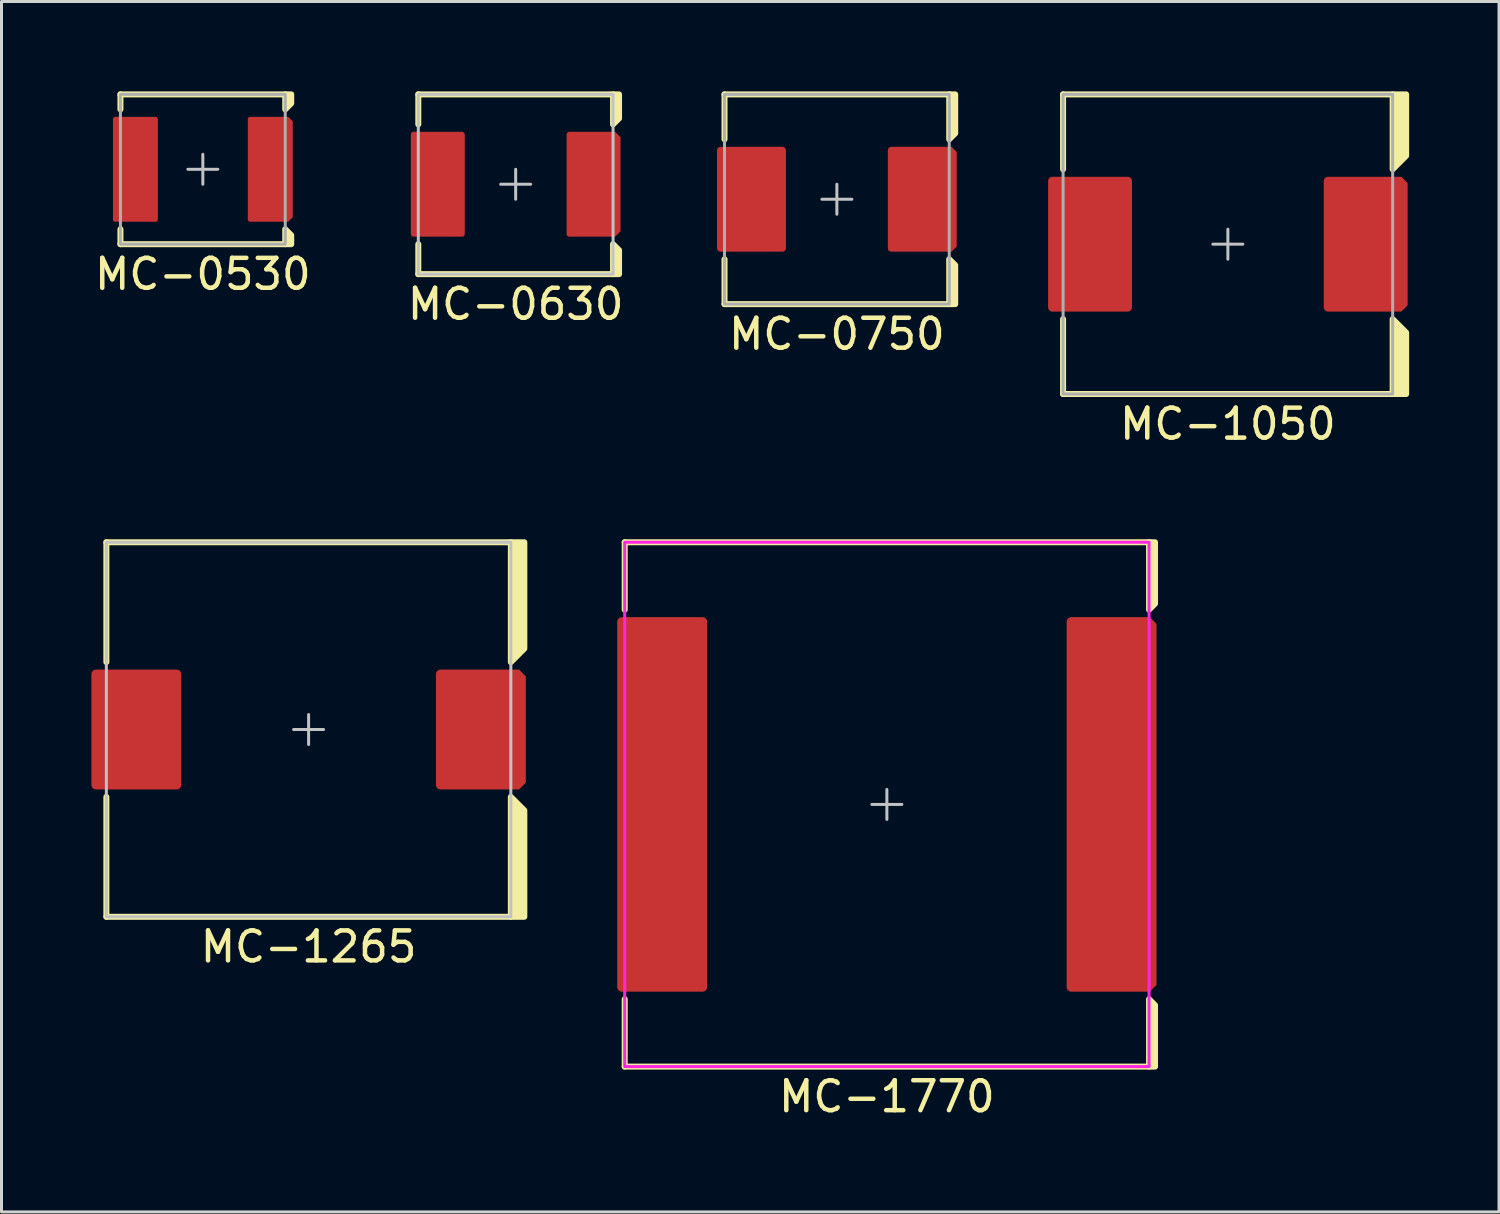
<source format=kicad_pcb>
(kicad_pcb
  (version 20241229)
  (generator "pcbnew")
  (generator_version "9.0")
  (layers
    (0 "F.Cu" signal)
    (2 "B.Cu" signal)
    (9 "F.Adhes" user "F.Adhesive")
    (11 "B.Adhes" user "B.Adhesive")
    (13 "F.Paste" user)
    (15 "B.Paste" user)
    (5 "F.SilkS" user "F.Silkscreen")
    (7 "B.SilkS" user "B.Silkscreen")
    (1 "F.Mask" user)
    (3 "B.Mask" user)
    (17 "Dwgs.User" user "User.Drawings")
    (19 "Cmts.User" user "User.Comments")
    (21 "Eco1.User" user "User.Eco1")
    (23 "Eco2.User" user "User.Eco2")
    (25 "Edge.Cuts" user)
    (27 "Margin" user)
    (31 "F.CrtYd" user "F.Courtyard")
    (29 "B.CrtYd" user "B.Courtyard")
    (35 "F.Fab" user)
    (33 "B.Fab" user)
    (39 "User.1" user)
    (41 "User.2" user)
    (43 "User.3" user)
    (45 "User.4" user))
  (footprint "MC-1770"
    (layer "F.Cu")
    (at 26.55 23.798)
    (property "Reference" "MC-1770" (at 0 9.75 0) (unlocked yes) (layer "F.SilkS") (effects (font (size 1 1) (thickness 0.15))))
    (attr smd)
    (fp_line (start -8.75 -8.75) (end 8.75 -8.75) (stroke (width 0.2) (type solid)) (layer "F.SilkS"))
    (fp_line (start -8.75 -6.5) (end -8.75 -8.75) (stroke (width 0.2) (type solid)) (layer "F.SilkS"))
    (fp_line (start -8.75 8.75) (end -8.75 6.5) (stroke (width 0.2) (type solid)) (layer "F.SilkS"))
    (fp_line (start 8.75 8.75) (end -8.75 8.75) (stroke (width 0.2) (type solid)) (layer "F.SilkS"))
    (fp_poly (pts (xy 8.75 -6.5) (xy 8.95 -6.7) (xy 8.95 -8.75) (xy 8.75 -8.75)) (stroke (width 0.2) (type solid)) (fill yes) (layer "F.SilkS"))
    (fp_poly (pts (xy 8.75 6.5) (xy 8.95 6.7) (xy 8.95 8.75) (xy 8.75 8.75)) (stroke (width 0.2) (type solid)) (fill yes) (layer "F.SilkS"))
    (fp_poly (pts (xy -8.85 4.35) (xy -7.6 4.35) (xy -7.6 6.1) (xy -8.85 6.1)) (stroke (width 0) (type solid)) (fill yes) (layer "F.Paste"))
    (fp_poly (pts (xy -8.85 -6.1) (xy -7.6 -6.1) (xy -7.6 -4.35) (xy -8.85 -4.35)) (stroke (width 0) (type solid)) (fill yes) (layer "F.Paste"))
    (fp_poly (pts (xy -8.85 -4.15) (xy -7.6 -4.15) (xy -7.6 -2.4) (xy -8.85 -2.4)) (stroke (width 0) (type solid)) (fill yes) (layer "F.Paste"))
    (fp_poly (pts (xy -8.85 -2.2) (xy -7.6 -2.2) (xy -7.6 -0.15) (xy -8.85 -0.15)) (stroke (width 0) (type solid)) (fill yes) (layer "F.Paste"))
    (fp_poly (pts (xy -8.85 0.15) (xy -7.6 0.15) (xy -7.6 2.2) (xy -8.85 2.2)) (stroke (width 0) (type solid)) (fill yes) (layer "F.Paste"))
    (fp_poly (pts (xy -8.85 2.4) (xy -7.6 2.4) (xy -7.6 4.15) (xy -8.85 4.15)) (stroke (width 0) (type solid)) (fill yes) (layer "F.Paste"))
    (fp_poly (pts (xy -7.4 -6.1) (xy -6.15 -6.1) (xy -6.15 -4.35) (xy -7.4 -4.35)) (stroke (width 0) (type solid)) (fill yes) (layer "F.Paste"))
    (fp_poly (pts (xy -7.4 -4.15) (xy -6.15 -4.15) (xy -6.15 -2.4) (xy -7.4 -2.4)) (stroke (width 0) (type solid)) (fill yes) (layer "F.Paste"))
    (fp_poly (pts (xy -7.4 -2.2) (xy -6.15 -2.2) (xy -6.15 -0.15) (xy -7.4 -0.15)) (stroke (width 0) (type solid)) (fill yes) (layer "F.Paste"))
    (fp_poly (pts (xy -7.4 0.15) (xy -6.15 0.15) (xy -6.15 2.2) (xy -7.4 2.2)) (stroke (width 0) (type solid)) (fill yes) (layer "F.Paste"))
    (fp_poly (pts (xy -7.4 2.4) (xy -6.15 2.4) (xy -6.15 4.15) (xy -7.4 4.15)) (stroke (width 0) (type solid)) (fill yes) (layer "F.Paste"))
    (fp_poly (pts (xy -7.4 4.35) (xy -6.15 4.35) (xy -6.15 6.1) (xy -7.4 6.1)) (stroke (width 0) (type solid)) (fill yes) (layer "F.Paste"))
    (fp_poly (pts (xy 6.15 -6.1) (xy 7.4 -6.1) (xy 7.4 -4.35) (xy 6.15 -4.35)) (stroke (width 0) (type solid)) (fill yes) (layer "F.Paste"))
    (fp_poly (pts (xy 6.15 -4.15) (xy 7.4 -4.15) (xy 7.4 -2.4) (xy 6.15 -2.4)) (stroke (width 0) (type solid)) (fill yes) (layer "F.Paste"))
    (fp_poly (pts (xy 6.15 -2.2) (xy 7.4 -2.2) (xy 7.4 -0.15) (xy 6.15 -0.15)) (stroke (width 0) (type solid)) (fill yes) (layer "F.Paste"))
    (fp_poly (pts (xy 6.15 0.15) (xy 7.4 0.15) (xy 7.4 2.2) (xy 6.15 2.2)) (stroke (width 0) (type solid)) (fill yes) (layer "F.Paste"))
    (fp_poly (pts (xy 6.15 2.4) (xy 7.4 2.4) (xy 7.4 4.15) (xy 6.15 4.15)) (stroke (width 0) (type solid)) (fill yes) (layer "F.Paste"))
    (fp_poly (pts (xy 6.15 4.35) (xy 7.4 4.35) (xy 7.4 6.1) (xy 6.15 6.1)) (stroke (width 0) (type solid)) (fill yes) (layer "F.Paste"))
    (fp_poly (pts (xy 7.6 -4.15) (xy 8.85 -4.15) (xy 8.85 -2.4) (xy 7.6 -2.4)) (stroke (width 0) (type solid)) (fill yes) (layer "F.Paste"))
    (fp_poly (pts (xy 7.6 -2.2) (xy 8.85 -2.2) (xy 8.85 -0.15) (xy 7.6 -0.15)) (stroke (width 0) (type solid)) (fill yes) (layer "F.Paste"))
    (fp_poly (pts (xy 7.6 2.4) (xy 8.85 2.4) (xy 8.85 4.15) (xy 7.6 4.15)) (stroke (width 0) (type solid)) (fill yes) (layer "F.Paste"))
    (fp_poly (pts (xy 7.6 0.15) (xy 8.85 0.15) (xy 8.85 2.2) (xy 7.6 2.2)) (stroke (width 0) (type solid)) (fill yes) (layer "F.Paste"))
    (fp_poly (pts (xy 7.6 -4.35) (xy 8.85 -4.35) (xy 8.85 -6) (xy 8.75 -6.1) (xy 7.6 -6.1)) (stroke (width 0) (type solid)) (fill yes) (layer "F.Paste"))
    (fp_poly (pts (xy 7.6 4.35) (xy 8.85 4.35) (xy 8.85 6) (xy 8.75 6.1) (xy 7.6 6.1)) (stroke (width 0) (type solid)) (fill yes) (layer "F.Paste"))
    (fp_line (start 0 0.5) (end 0 -0.5) (stroke (width 0.1) (type solid)) (layer "Dwgs.User"))
    (fp_line (start 0.5 0) (end -0.5 0) (stroke (width 0.1) (type solid)) (layer "Dwgs.User"))
    (fp_poly (pts (xy 8.75 8.75) (xy -8.75 8.75) (xy -8.75 -8.75) (xy 8.75 -8.75)) (stroke (width 0.1) (type solid)) (fill no) (layer "F.CrtYd"))
    (pad "1" smd roundrect (at 7.5 0 180) (size 3 12.5) (layers "F.Cu" "F.Mask") (roundrect_rratio 0.05) (chamfer_ratio 0.075) (chamfer top_left bottom_left))
    (pad "2" smd roundrect (at -7.5 0 180) (size 3 12.5) (layers "F.Cu" "F.Mask") (roundrect_rratio 0.05)))
  (footprint "MC-0750"
    (layer "F.Cu")
    (at 24.881 3.6)
    (property "Reference" "MC-0750" (at 0 4.5 0) (unlocked yes) (layer "F.SilkS") (effects (font (size 1 1) (thickness 0.15))))
    (attr smd)
    (fp_line (start -3.75 -3.5) (end 3.75 -3.5) (stroke (width 0.2) (type solid)) (layer "F.SilkS"))
    (fp_line (start -3.75 -2) (end -3.75 -3.5) (stroke (width 0.2) (type solid)) (layer "F.SilkS"))
    (fp_line (start -3.75 3.5) (end -3.75 2) (stroke (width 0.2) (type solid)) (layer "F.SilkS"))
    (fp_line (start 3.75 3.5) (end -3.75 3.5) (stroke (width 0.2) (type solid)) (layer "F.SilkS"))
    (fp_poly (pts (xy 3.75 -2) (xy 3.95 -2.2) (xy 3.95 -3.5) (xy 3.75 -3.5)) (stroke (width 0.2) (type solid)) (fill yes) (layer "F.SilkS"))
    (fp_poly (pts (xy 3.75 2) (xy 3.95 2.2) (xy 3.95 3.5) (xy 3.75 3.5)) (stroke (width 0.2) (type solid)) (fill yes) (layer "F.SilkS"))
    (fp_poly (pts (xy -3.85 -1.6) (xy -2.95 -1.6) (xy -2.95 -0.1) (xy -3.85 -0.1)) (stroke (width 0) (type solid)) (fill yes) (layer "F.Paste"))
    (fp_poly (pts (xy -3.85 0.1) (xy -2.95 0.1) (xy -2.95 1.6) (xy -3.85 1.6)) (stroke (width 0) (type solid)) (fill yes) (layer "F.Paste"))
    (fp_poly (pts (xy -2.75 -1.6) (xy -1.85 -1.6) (xy -1.85 -0.1) (xy -2.75 -0.1)) (stroke (width 0) (type solid)) (fill yes) (layer "F.Paste"))
    (fp_poly (pts (xy -2.75 0.1) (xy -1.85 0.1) (xy -1.85 1.6) (xy -2.75 1.6)) (stroke (width 0) (type solid)) (fill yes) (layer "F.Paste"))
    (fp_poly (pts (xy 1.85 -1.6) (xy 2.75 -1.6) (xy 2.75 -0.1) (xy 1.85 -0.1)) (stroke (width 0) (type solid)) (fill yes) (layer "F.Paste"))
    (fp_poly (pts (xy 1.85 0.1) (xy 2.75 0.1) (xy 2.75 1.6) (xy 1.85 1.6)) (stroke (width 0) (type solid)) (fill yes) (layer "F.Paste"))
    (fp_poly (pts (xy 2.95 -0.1) (xy 3.85 -0.1) (xy 3.85 -1.5) (xy 3.75 -1.6) (xy 2.95 -1.6)) (stroke (width 0) (type solid)) (fill yes) (layer "F.Paste"))
    (fp_poly (pts (xy 2.95 0.1) (xy 3.85 0.1) (xy 3.85 1.5) (xy 3.75 1.6) (xy 2.95 1.6)) (stroke (width 0) (type solid)) (fill yes) (layer "F.Paste"))
    (fp_line (start 0 0.5) (end 0 -0.5) (stroke (width 0.1) (type solid)) (layer "Dwgs.User"))
    (fp_line (start 0.5 0) (end -0.5 0) (stroke (width 0.1) (type solid)) (layer "Dwgs.User"))
    (fp_poly (pts (xy 3.75 3.5) (xy -3.75 3.5) (xy -3.75 -3.5) (xy 3.75 -3.5)) (stroke (width 0.1) (type solid)) (fill no) (layer "F.Fab"))
    (pad "1" smd roundrect (at 2.85 0 180) (size 2.3 3.5) (layers "F.Cu" "F.Mask") (roundrect_rratio 0.05) (chamfer_ratio 0.075) (chamfer top_left bottom_left))
    (pad "2" smd roundrect (at -2.85 0 180) (size 2.3 3.5) (layers "F.Cu" "F.Mask") (roundrect_rratio 0.05)))
  (footprint "MC-1050"
    (layer "F.Cu")
    (at 37.931 5.1)
    (property "Reference" "MC-1050" (at 0 6 0) (unlocked yes) (layer "F.SilkS") (effects (font (size 1 1) (thickness 0.15))))
    (attr smd)
    (fp_line (start -5.5 -5) (end 5.5 -5) (stroke (width 0.2) (type solid)) (layer "F.SilkS"))
    (fp_line (start -5.5 -2.5) (end -5.5 -5) (stroke (width 0.2) (type solid)) (layer "F.SilkS"))
    (fp_line (start -5.5 5) (end -5.5 2.5) (stroke (width 0.2) (type solid)) (layer "F.SilkS"))
    (fp_line (start 5.5 5) (end -5.5 5) (stroke (width 0.2) (type solid)) (layer "F.SilkS"))
    (fp_poly (pts (xy 5.5 -2.5) (xy 5.95 -2.95) (xy 5.95 -5) (xy 5.5 -5)) (stroke (width 0.2) (type solid)) (fill yes) (layer "F.SilkS"))
    (fp_poly (pts (xy 5.5 2.5) (xy 5.95 2.95) (xy 5.95 5) (xy 5.5 5)) (stroke (width 0.2) (type solid)) (fill yes) (layer "F.SilkS"))
    (fp_poly (pts (xy -5.85 -2.1) (xy -4.7 -2.1) (xy -4.7 -1.65) (xy -5.85 -1.65)) (stroke (width 0) (type solid)) (fill yes) (layer "F.Paste"))
    (fp_poly (pts (xy -5.85 -1.45) (xy -4.7 -1.45) (xy -4.7 -0.1) (xy -5.85 -0.1)) (stroke (width 0) (type solid)) (fill yes) (layer "F.Paste"))
    (fp_poly (pts (xy -5.85 0.1) (xy -4.7 0.1) (xy -4.7 1.45) (xy -5.85 1.45)) (stroke (width 0) (type solid)) (fill yes) (layer "F.Paste"))
    (fp_poly (pts (xy -5.85 1.65) (xy -4.7 1.65) (xy -4.7 2.1) (xy -5.85 2.1)) (stroke (width 0) (type solid)) (fill yes) (layer "F.Paste"))
    (fp_poly (pts (xy -4.5 -2.1) (xy -3.35 -2.1) (xy -3.35 -1.65) (xy -4.5 -1.65)) (stroke (width 0) (type solid)) (fill yes) (layer "F.Paste"))
    (fp_poly (pts (xy -4.5 -1.45) (xy -3.35 -1.45) (xy -3.35 -0.1) (xy -4.5 -0.1)) (stroke (width 0) (type solid)) (fill yes) (layer "F.Paste"))
    (fp_poly (pts (xy -4.5 0.1) (xy -3.35 0.1) (xy -3.35 1.45) (xy -4.5 1.45)) (stroke (width 0) (type solid)) (fill yes) (layer "F.Paste"))
    (fp_poly (pts (xy -4.5 1.65) (xy -3.35 1.65) (xy -3.35 2.1) (xy -4.5 2.1)) (stroke (width 0) (type solid)) (fill yes) (layer "F.Paste"))
    (fp_poly (pts (xy 3.35 -2.1) (xy 4.5 -2.1) (xy 4.5 -1.65) (xy 3.35 -1.65)) (stroke (width 0) (type solid)) (fill yes) (layer "F.Paste"))
    (fp_poly (pts (xy 3.35 -1.45) (xy 4.5 -1.45) (xy 4.5 -0.1) (xy 3.35 -0.1)) (stroke (width 0) (type solid)) (fill yes) (layer "F.Paste"))
    (fp_poly (pts (xy 3.35 0.1) (xy 4.5 0.1) (xy 4.5 1.45) (xy 3.35 1.45)) (stroke (width 0) (type solid)) (fill yes) (layer "F.Paste"))
    (fp_poly (pts (xy 3.35 1.65) (xy 4.5 1.65) (xy 4.5 2.1) (xy 3.35 2.1)) (stroke (width 0) (type solid)) (fill yes) (layer "F.Paste"))
    (fp_poly (pts (xy 4.7 -1.45) (xy 5.85 -1.45) (xy 5.85 -0.1) (xy 4.7 -0.1)) (stroke (width 0) (type solid)) (fill yes) (layer "F.Paste"))
    (fp_poly (pts (xy 4.7 0.1) (xy 5.85 0.1) (xy 5.85 1.45) (xy 4.7 1.45)) (stroke (width 0) (type solid)) (fill yes) (layer "F.Paste"))
    (fp_poly (pts (xy 4.7 -1.65) (xy 5.85 -1.65) (xy 5.85 -2) (xy 5.75 -2.1) (xy 4.7 -2.1)) (stroke (width 0) (type solid)) (fill yes) (layer "F.Paste"))
    (fp_poly (pts (xy 4.7 1.65) (xy 5.85 1.65) (xy 5.85 2) (xy 5.75 2.1) (xy 4.7 2.1)) (stroke (width 0) (type solid)) (fill yes) (layer "F.Paste"))
    (fp_line (start 0 0.5) (end 0 -0.5) (stroke (width 0.1) (type solid)) (layer "Dwgs.User"))
    (fp_line (start 0.5 0) (end -0.5 0) (stroke (width 0.1) (type solid)) (layer "Dwgs.User"))
    (fp_poly (pts (xy 5.5 5) (xy -5.5 5) (xy -5.5 -5) (xy 5.5 -5)) (stroke (width 0.1) (type solid)) (fill no) (layer "F.Fab"))
    (pad "1" smd roundrect (at 4.6 0 180) (size 2.8 4.5) (layers "F.Cu" "F.Mask") (roundrect_rratio 0.05) (chamfer_ratio 0.075) (chamfer top_left bottom_left))
    (pad "2" smd roundrect (at -4.6 0 180) (size 2.8 4.5) (layers "F.Cu" "F.Mask") (roundrect_rratio 0.05)))
  (footprint "MC-0630"
    (layer "F.Cu")
    (at 14.161 3.1)
    (property "Reference" "MC-0630" (at 0 4 0) (unlocked yes) (layer "F.SilkS") (effects (font (size 1 1) (thickness 0.15))))
    (attr smd)
    (fp_line (start -3.25 -3) (end 3.25 -3) (stroke (width 0.2) (type solid)) (layer "F.SilkS"))
    (fp_line (start -3.25 -2) (end -3.25 -3) (stroke (width 0.2) (type solid)) (layer "F.SilkS"))
    (fp_line (start -3.25 3) (end -3.25 2) (stroke (width 0.2) (type solid)) (layer "F.SilkS"))
    (fp_line (start 3.25 3) (end -3.25 3) (stroke (width 0.2) (type solid)) (layer "F.SilkS"))
    (fp_poly (pts (xy 3.25 -2) (xy 3.45 -2.2) (xy 3.45 -3) (xy 3.25 -3)) (stroke (width 0.2) (type solid)) (fill yes) (layer "F.SilkS"))
    (fp_poly (pts (xy 3.25 2) (xy 3.45 2.2) (xy 3.45 3) (xy 3.25 3)) (stroke (width 0.2) (type solid)) (fill yes) (layer "F.SilkS"))
    (fp_poly (pts (xy -1.85 -0.1) (xy -3.35 -0.1) (xy -3.35 -1.6) (xy -1.85 -1.6)) (stroke (width 0) (type solid)) (fill yes) (layer "F.Paste"))
    (fp_poly (pts (xy -1.85 1.6) (xy -3.35 1.6) (xy -3.35 0.1) (xy -1.85 0.1)) (stroke (width 0) (type solid)) (fill yes) (layer "F.Paste"))
    (fp_poly (pts (xy 1.85 -0.1) (xy 3.35 -0.1) (xy 3.35 -1.5) (xy 3.25 -1.6) (xy 1.85 -1.6)) (stroke (width 0) (type solid)) (fill yes) (layer "F.Paste"))
    (fp_poly (pts (xy 1.85 0.1) (xy 3.35 0.1) (xy 3.35 1.5) (xy 3.25 1.6) (xy 1.85 1.6)) (stroke (width 0) (type solid)) (fill yes) (layer "F.Paste"))
    (fp_line (start 0 0.5) (end 0 -0.5) (stroke (width 0.1) (type solid)) (layer "Dwgs.User"))
    (fp_line (start 0.5 0) (end -0.5 0) (stroke (width 0.1) (type solid)) (layer "Dwgs.User"))
    (fp_poly (pts (xy 3.25 3) (xy -3.25 3) (xy -3.25 -3) (xy 3.25 -3)) (stroke (width 0.1) (type solid)) (fill no) (layer "Dwgs.User"))
    (pad "1" smd roundrect (at 2.6 0 180) (size 1.8 3.5) (layers "F.Cu" "F.Mask") (roundrect_rratio 0.05) (chamfer_ratio 0.1) (chamfer top_left bottom_left))
    (pad "2" smd roundrect (at -2.6 0 180) (size 1.8 3.5) (layers "F.Cu" "F.Mask") (roundrect_rratio 0.05)))
  (footprint "MC-0530"
    (layer "F.Cu")
    (at 3.72 2.6)
    (property "Reference" "MC-0530" (at 0 3.5 0) (unlocked yes) (layer "F.SilkS") (effects (font (size 1 1) (thickness 0.15))))
    (attr smd)
    (fp_line (start -2.75 -2.5) (end 2.75 -2.5) (stroke (width 0.2) (type solid)) (layer "F.SilkS"))
    (fp_line (start -2.75 -2) (end -2.75 -2.5) (stroke (width 0.2) (type solid)) (layer "F.SilkS"))
    (fp_line (start -2.75 2.5) (end -2.75 2) (stroke (width 0.2) (type solid)) (layer "F.SilkS"))
    (fp_line (start 2.75 2.5) (end -2.75 2.5) (stroke (width 0.2) (type solid)) (layer "F.SilkS"))
    (fp_poly (pts (xy 2.75 -2) (xy 2.95 -2.2) (xy 2.95 -2.5) (xy 2.75 -2.5)) (stroke (width 0.2) (type solid)) (fill yes) (layer "F.SilkS"))
    (fp_poly (pts (xy 2.75 2) (xy 2.95 2.2) (xy 2.95 2.5) (xy 2.75 2.5)) (stroke (width 0.2) (type solid)) (fill yes) (layer "F.SilkS"))
    (fp_poly (pts (xy -1.65 -1.3) (xy -2.85 -1.3) (xy -2.85 -1.6) (xy -1.65 -1.6)) (stroke (width 0) (type solid)) (fill yes) (layer "F.Paste"))
    (fp_poly (pts (xy -1.65 -0.1) (xy -2.85 -0.1) (xy -2.85 -1.1) (xy -1.65 -1.1)) (stroke (width 0) (type solid)) (fill yes) (layer "F.Paste"))
    (fp_poly (pts (xy -1.65 1.1) (xy -2.85 1.1) (xy -2.85 0.1) (xy -1.65 0.1)) (stroke (width 0) (type solid)) (fill yes) (layer "F.Paste"))
    (fp_poly (pts (xy -1.65 1.6) (xy -2.85 1.6) (xy -2.85 1.3) (xy -1.65 1.3)) (stroke (width 0) (type solid)) (fill yes) (layer "F.Paste"))
    (fp_poly (pts (xy 2.85 -0.1) (xy 1.65 -0.1) (xy 1.65 -1.1) (xy 2.85 -1.1)) (stroke (width 0) (type solid)) (fill yes) (layer "F.Paste"))
    (fp_poly (pts (xy 2.85 1.1) (xy 1.65 1.1) (xy 1.65 0.1) (xy 2.85 0.1)) (stroke (width 0) (type solid)) (fill yes) (layer "F.Paste"))
    (fp_poly (pts (xy 1.65 -1.3) (xy 2.85 -1.3) (xy 2.85 -1.5) (xy 2.75 -1.6) (xy 1.65 -1.6)) (stroke (width 0) (type solid)) (fill yes) (layer "F.Paste"))
    (fp_poly (pts (xy 1.65 1.3) (xy 2.85 1.3) (xy 2.85 1.5) (xy 2.75 1.6) (xy 1.65 1.6)) (stroke (width 0) (type solid)) (fill yes) (layer "F.Paste"))
    (fp_line (start 0 0.5) (end 0 -0.5) (stroke (width 0.1) (type solid)) (layer "Dwgs.User"))
    (fp_line (start 0.5 0) (end -0.5 0) (stroke (width 0.1) (type solid)) (layer "Dwgs.User"))
    (fp_poly (pts (xy 2.75 2.5) (xy -2.75 2.5) (xy -2.75 -2.5) (xy 2.75 -2.5)) (stroke (width 0.1) (type solid)) (fill no) (layer "F.Fab"))
    (pad "1" smd roundrect (at 2.25 0 180) (size 1.5 3.5) (layers "F.Cu" "F.Mask") (roundrect_rratio 0.05) (chamfer_ratio 0.1) (chamfer top_left bottom_left))
    (pad "2" smd roundrect (at -2.25 0 180) (size 1.5 3.5) (layers "F.Cu" "F.Mask") (roundrect_rratio 0.05)))
  (footprint "MC-1265"
    (layer "F.Cu")
    (at 7.25 21.298)
    (property "Reference" "MC-1265" (at 0 7.25 0) (unlocked yes) (layer "F.SilkS") (effects (font (size 1 1) (thickness 0.15))))
    (attr smd)
    (fp_line (start -6.75 -6.25) (end 6.75 -6.25) (stroke (width 0.2) (type solid)) (layer "F.SilkS"))
    (fp_line (start -6.75 -2.25) (end -6.75 -6.25) (stroke (width 0.2) (type solid)) (layer "F.SilkS"))
    (fp_line (start -6.75 6.25) (end -6.75 2.25) (stroke (width 0.2) (type solid)) (layer "F.SilkS"))
    (fp_line (start 6.75 6.25) (end -6.75 6.25) (stroke (width 0.2) (type solid)) (layer "F.SilkS"))
    (fp_poly (pts (xy 6.75 -2.25) (xy 7.2 -2.7) (xy 7.2 -6.25) (xy 6.75 -6.25)) (stroke (width 0.2) (type solid)) (fill yes) (layer "F.SilkS"))
    (fp_poly (pts (xy 6.75 2.25) (xy 7.2 2.7) (xy 7.2 6.25) (xy 6.75 6.25)) (stroke (width 0.2) (type solid)) (fill yes) (layer "F.SilkS"))
    (fp_poly (pts (xy -7.1 -1.85) (xy -5.85 -1.85) (xy -5.85 -0.1) (xy -7.1 -0.1)) (stroke (width 0) (type solid)) (fill yes) (layer "F.Paste"))
    (fp_poly (pts (xy -7.1 0.1) (xy -5.85 0.1) (xy -5.85 1.85) (xy -7.1 1.85)) (stroke (width 0) (type solid)) (fill yes) (layer "F.Paste"))
    (fp_poly (pts (xy -5.65 -1.85) (xy -4.4 -1.85) (xy -4.4 -0.1) (xy -5.65 -0.1)) (stroke (width 0) (type solid)) (fill yes) (layer "F.Paste"))
    (fp_poly (pts (xy -5.65 0.1) (xy -4.4 0.1) (xy -4.4 1.85) (xy -5.65 1.85)) (stroke (width 0) (type solid)) (fill yes) (layer "F.Paste"))
    (fp_poly (pts (xy 4.4 -1.85) (xy 5.7 -1.85) (xy 5.7 -0.1) (xy 4.4 -0.1)) (stroke (width 0) (type solid)) (fill yes) (layer "F.Paste"))
    (fp_poly (pts (xy 4.4 0.1) (xy 5.7 0.1) (xy 5.7 1.85) (xy 4.4 1.85)) (stroke (width 0) (type solid)) (fill yes) (layer "F.Paste"))
    (fp_poly (pts (xy 5.9 -0.1) (xy 7.1 -0.1) (xy 7.1 -1.75) (xy 7 -1.85) (xy 5.9 -1.85)) (stroke (width 0) (type solid)) (fill yes) (layer "F.Paste"))
    (fp_poly (pts (xy 5.9 0.1) (xy 7.1 0.1) (xy 7.1 1.75) (xy 7 1.85) (xy 5.9 1.85)) (stroke (width 0) (type solid)) (fill yes) (layer "F.Paste"))
    (fp_line (start 0 0.5) (end 0 -0.5) (stroke (width 0.1) (type solid)) (layer "Dwgs.User"))
    (fp_line (start 0.5 0) (end -0.5 0) (stroke (width 0.1) (type solid)) (layer "Dwgs.User"))
    (fp_poly (pts (xy 6.75 6.25) (xy -6.75 6.25) (xy -6.75 -6.25) (xy 6.75 -6.25)) (stroke (width 0.1) (type solid)) (fill no) (layer "Dwgs.User"))
    (pad "1" smd roundrect (at 5.75 0 180) (size 3 4) (layers "F.Cu" "F.Mask") (roundrect_rratio 0.05) (chamfer_ratio 0.075) (chamfer top_left bottom_left))
    (pad "2" smd roundrect (at -5.75 0 180) (size 3 4) (layers "F.Cu" "F.Mask") (roundrect_rratio 0.05)))
  (gr_rect
    (start -3 -3)
    (end 46.981 37.397)
    (stroke (width 0.1) (type default))
    (fill no)
    (layer "Edge.Cuts")))
</source>
